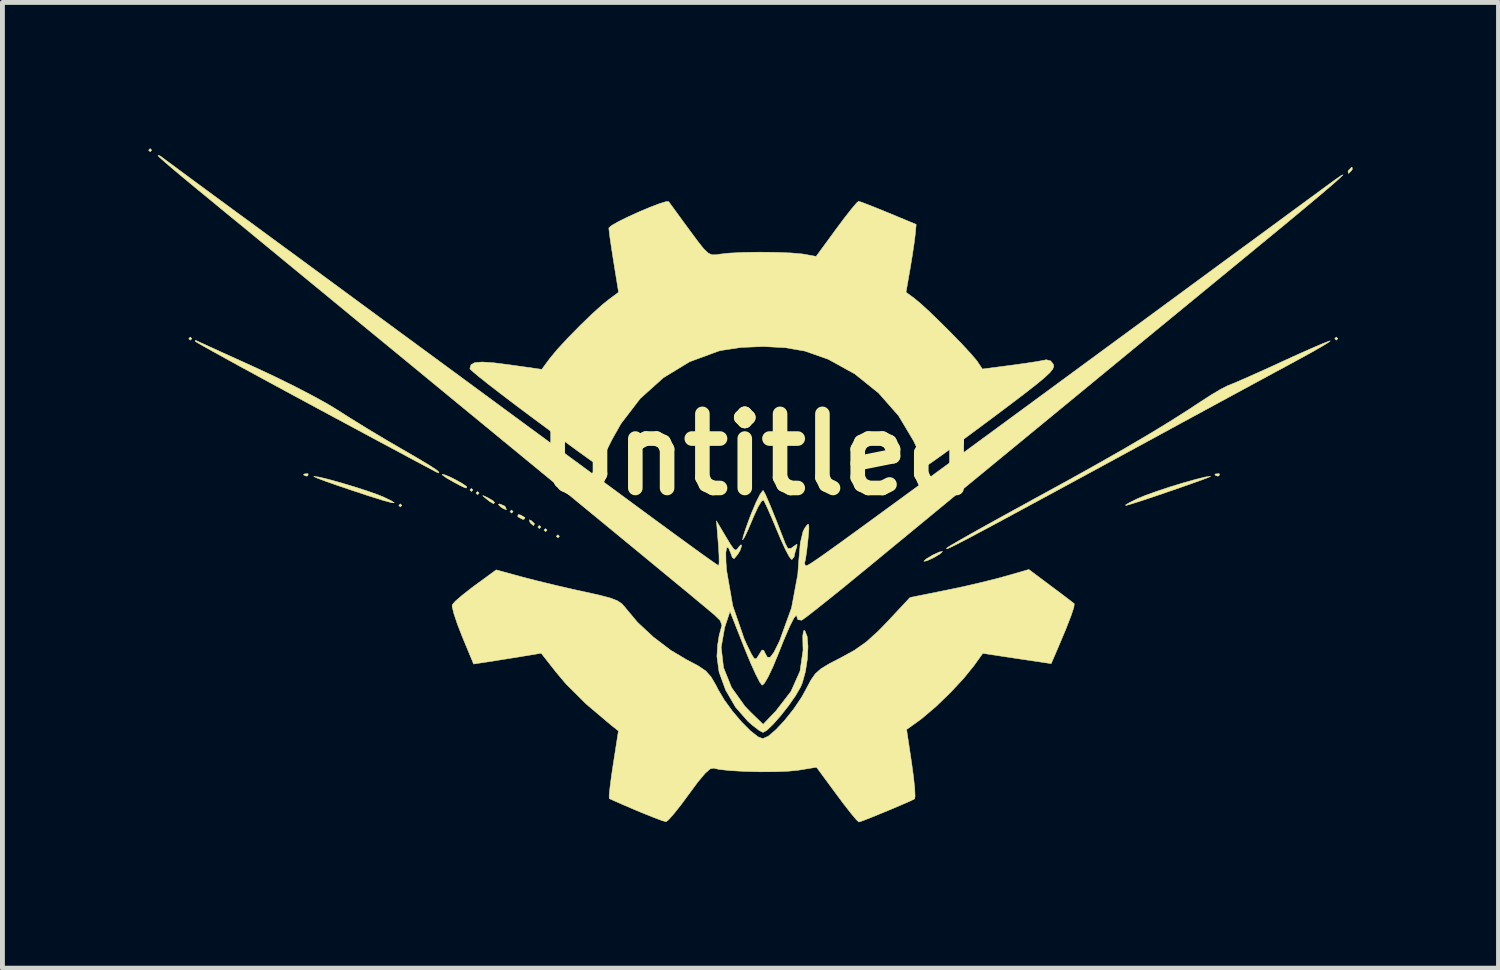
<source format=kicad_pcb>
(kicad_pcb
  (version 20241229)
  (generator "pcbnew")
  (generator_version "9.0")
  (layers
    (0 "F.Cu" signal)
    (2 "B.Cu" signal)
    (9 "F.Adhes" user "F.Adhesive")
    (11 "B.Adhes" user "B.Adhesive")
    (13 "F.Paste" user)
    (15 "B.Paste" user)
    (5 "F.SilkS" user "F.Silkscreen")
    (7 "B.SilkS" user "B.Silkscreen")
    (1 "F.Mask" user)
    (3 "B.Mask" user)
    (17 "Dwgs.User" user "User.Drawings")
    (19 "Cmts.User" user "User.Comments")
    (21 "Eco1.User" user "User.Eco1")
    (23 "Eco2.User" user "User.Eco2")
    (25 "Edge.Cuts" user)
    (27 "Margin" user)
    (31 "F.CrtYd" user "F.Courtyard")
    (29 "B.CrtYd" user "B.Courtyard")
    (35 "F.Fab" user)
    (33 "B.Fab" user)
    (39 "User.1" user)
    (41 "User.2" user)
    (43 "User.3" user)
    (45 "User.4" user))
  (footprint "Untitled"
    (layer "F.Cu")
    (at 12.514 6.292)
    (property "Reference" "Untitled" (at 0 0 0) (layer "F.SilkS") (effects (font (size 1.524 1.524) (thickness 0.3))))
    (attr through_hole)
    (fp_poly (pts (xy -12.446 -6.255) (xy -12.478 -6.223) (xy -12.509 -6.255) (xy -12.478 -6.287) (xy -12.446 -6.255)) (stroke (width 0.01) (type solid)) (fill yes) (layer "F.SilkS"))
    (fp_poly (pts (xy -11.62 -2.381) (xy -11.652 -2.349) (xy -11.684 -2.381) (xy -11.652 -2.413) (xy -11.62 -2.381)) (stroke (width 0.01) (type solid)) (fill yes) (layer "F.SilkS"))
    (fp_poly (pts (xy -7.303 1.048) (xy -7.334 1.079) (xy -7.366 1.048) (xy -7.334 1.016) (xy -7.303 1.048)) (stroke (width 0.01) (type solid)) (fill yes) (layer "F.SilkS"))
    (fp_poly (pts (xy -5.842 0.73) (xy -5.874 0.762) (xy -5.905 0.73) (xy -5.874 0.699) (xy -5.842 0.73)) (stroke (width 0.01) (type solid)) (fill yes) (layer "F.SilkS"))
    (fp_poly (pts (xy -5.715 0.794) (xy -5.747 0.826) (xy -5.779 0.794) (xy -5.747 0.762) (xy -5.715 0.794)) (stroke (width 0.01) (type solid)) (fill yes) (layer "F.SilkS"))
    (fp_poly (pts (xy -5.016 1.175) (xy -5.048 1.206) (xy -5.08 1.175) (xy -5.048 1.143) (xy -5.016 1.175)) (stroke (width 0.01) (type solid)) (fill yes) (layer "F.SilkS"))
    (fp_poly (pts (xy -4.445 1.492) (xy -4.477 1.524) (xy -4.508 1.492) (xy -4.477 1.46) (xy -4.445 1.492)) (stroke (width 0.01) (type solid)) (fill yes) (layer "F.SilkS"))
    (fp_poly (pts (xy -4.318 1.556) (xy -4.35 1.587) (xy -4.381 1.556) (xy -4.35 1.524) (xy -4.318 1.556)) (stroke (width 0.01) (type solid)) (fill yes) (layer "F.SilkS"))
    (fp_poly (pts (xy -4.064 1.683) (xy -4.096 1.714) (xy -4.128 1.683) (xy -4.096 1.651) (xy -4.064 1.683)) (stroke (width 0.01) (type solid)) (fill yes) (layer "F.SilkS"))
    (fp_poly (pts (xy 11.938 -2.381) (xy 11.906 -2.349) (xy 11.874 -2.381) (xy 11.906 -2.413) (xy 11.938 -2.381)) (stroke (width 0.01) (type solid)) (fill yes) (layer "F.SilkS"))
    (fp_poly (pts (xy -9.229 0.402) (xy -9.237 0.44) (xy -9.271 0.445) (xy -9.323 0.421) (xy -9.313 0.402) (xy -9.238 0.395) (xy -9.229 0.402)) (stroke (width 0.01) (type solid)) (fill yes) (layer "F.SilkS"))
    (fp_poly (pts (xy 9.504 0.402) (xy 9.495 0.44) (xy 9.461 0.445) (xy 9.409 0.421) (xy 9.419 0.402) (xy 9.495 0.395) (xy 9.504 0.402)) (stroke (width 0.01) (type solid)) (fill yes) (layer "F.SilkS"))
    (fp_poly (pts (xy -5.189 1.062) (xy -5.175 1.079) (xy -5.153 1.137) (xy -5.213 1.115) (xy -5.271 1.079) (xy -5.319 1.029) (xy -5.29 1.017) (xy -5.189 1.062)) (stroke (width 0.01) (type solid)) (fill yes) (layer "F.SilkS"))
    (fp_poly (pts (xy -4.861 1.246) (xy -4.772 1.297) (xy -4.787 1.33) (xy -4.822 1.333) (xy -4.908 1.287) (xy -4.921 1.271) (xy -4.911 1.235) (xy -4.861 1.246)) (stroke (width 0.01) (type solid)) (fill yes) (layer "F.SilkS"))
    (fp_poly (pts (xy -4.645 1.359) (xy -4.577 1.423) (xy -4.591 1.46) (xy -4.6 1.46) (xy -4.654 1.415) (xy -4.673 1.387) (xy -4.681 1.344) (xy -4.645 1.359)) (stroke (width 0.01) (type solid)) (fill yes) (layer "F.SilkS"))
    (fp_poly (pts (xy -5.619 0.851) (xy -5.54 0.888) (xy -5.432 0.95) (xy -5.397 0.986) (xy -5.417 1.013) (xy -5.494 0.969) (xy -5.56 0.917) (xy -5.642 0.849) (xy -5.619 0.851)) (stroke (width 0.01) (type solid)) (fill yes) (layer "F.SilkS"))
    (fp_poly (pts (xy 12.236 -5.864) (xy 12.224 -5.842) (xy 12.164 -5.781) (xy 12.153 -5.779) (xy 12.148 -5.82) (xy 12.16 -5.842) (xy 12.22 -5.903) (xy 12.231 -5.905) (xy 12.236 -5.864)) (stroke (width 0.01) (type solid)) (fill yes) (layer "F.SilkS"))
    (fp_poly (pts (xy 3.81 1.997) (xy 3.76 2.044) (xy 3.637 2.118) (xy 3.619 2.127) (xy 3.492 2.185) (xy 3.43 2.197) (xy 3.429 2.194) (xy 3.479 2.147) (xy 3.602 2.073) (xy 3.619 2.064) (xy 3.747 2.006) (xy 3.809 1.994) (xy 3.81 1.997)) (stroke (width 0.01) (type solid)) (fill yes) (layer "F.SilkS"))
    (fp_poly (pts (xy -6.427 0.417) (xy -6.3 0.47) (xy -6.223 0.508) (xy -6.071 0.592) (xy -5.98 0.654) (xy -5.969 0.668) (xy -5.974 0.69) (xy -6.009 0.684) (xy -6.103 0.639) (xy -6.239 0.567) (xy -6.385 0.483) (xy -6.469 0.422) (xy -6.477 0.41) (xy -6.427 0.417)) (stroke (width 0.01) (type solid)) (fill yes) (layer "F.SilkS"))
    (fp_poly (pts (xy -9.003 0.466) (xy -8.807 0.513) (xy -8.555 0.583) (xy -8.282 0.665) (xy -8.018 0.75) (xy -7.797 0.828) (xy -7.679 0.876) (xy -7.513 0.957) (xy -7.459 0.995) (xy -7.519 0.99) (xy -7.693 0.943) (xy -7.983 0.852) (xy -8.35 0.731) (xy -8.644 0.631) (xy -8.882 0.547) (xy -9.045 0.485) (xy -9.114 0.453) (xy -9.112 0.451) (xy -9.003 0.466)) (stroke (width 0.01) (type solid)) (fill yes) (layer "F.SilkS"))
    (fp_poly (pts (xy 9.283 0.47) (xy 9.147 0.521) (xy 8.939 0.596) (xy 8.686 0.685) (xy 8.41 0.78) (xy 8.138 0.873) (xy 7.894 0.954) (xy 7.702 1.015) (xy 7.588 1.048) (xy 7.572 1.04) (xy 7.654 0.991) (xy 7.811 0.913) (xy 7.985 0.841) (xy 8.225 0.755) (xy 8.499 0.664) (xy 8.778 0.579) (xy 9.029 0.509) (xy 9.222 0.462) (xy 9.323 0.449) (xy 9.283 0.47)) (stroke (width 0.01) (type solid)) (fill yes) (layer "F.SilkS"))
    (fp_poly (pts (xy 0.176 0.833) (xy 0.263 1.035) (xy 0.389 1.344) (xy 0.549 1.754) (xy 0.579 1.833) (xy 0.633 1.934) (xy 0.7 1.928) (xy 0.743 1.896) (xy 0.819 1.844) (xy 0.819 1.887) (xy 0.806 1.926) (xy 0.769 2.052) (xy 0.762 2.101) (xy 0.717 2.158) (xy 0.708 2.159) (xy 0.662 2.104) (xy 0.583 1.956) (xy 0.484 1.739) (xy 0.413 1.572) (xy 0.307 1.318) (xy 0.215 1.108) (xy 0.15 0.971) (xy 0.129 0.935) (xy 0.087 0.965) (xy 0.014 1.089) (xy -0.074 1.282) (xy -0.095 1.332) (xy -0.183 1.541) (xy -0.254 1.691) (xy -0.294 1.755) (xy -0.298 1.755) (xy -0.287 1.69) (xy -0.237 1.535) (xy -0.159 1.319) (xy -0.118 1.213) (xy -0.024 0.989) (xy 0.058 0.825) (xy 0.114 0.746) (xy 0.128 0.744) (xy 0.176 0.833)) (stroke (width 0.01) (type solid)) (fill yes) (layer "F.SilkS"))
    (fp_poly (pts (xy -11.525 -2.338) (xy -11.45 -2.303) (xy -11.278 -2.224) (xy -11.027 -2.11) (xy -10.717 -1.969) (xy -10.366 -1.81) (xy -10.308 -1.784) (xy -9.909 -1.597) (xy -9.509 -1.4) (xy -9.139 -1.208) (xy -8.828 -1.036) (xy -8.625 -0.913) (xy -8.359 -0.743) (xy -8.025 -0.537) (xy -7.665 -0.321) (xy -7.321 -0.12) (xy -7.318 -0.119) (xy -6.977 0.079) (xy -6.74 0.221) (xy -6.596 0.315) (xy -6.538 0.366) (xy -6.556 0.38) (xy -6.556 0.38) (xy -6.614 0.351) (xy -6.772 0.267) (xy -7.019 0.136) (xy -7.343 -0.038) (xy -7.734 -0.247) (xy -8.18 -0.487) (xy -8.67 -0.75) (xy -9.038 -0.948) (xy -9.553 -1.226) (xy -10.034 -1.486) (xy -10.468 -1.722) (xy -10.845 -1.928) (xy -11.152 -2.098) (xy -11.379 -2.224) (xy -11.513 -2.301) (xy -11.546 -2.323) (xy -11.547 -2.347) (xy -11.525 -2.338)) (stroke (width 0.01) (type solid)) (fill yes) (layer "F.SilkS"))
    (fp_poly (pts (xy 11.738 -2.299) (xy 11.599 -2.215) (xy 11.386 -2.093) (xy 11.116 -1.945) (xy 10.966 -1.863) (xy 10.663 -1.7) (xy 10.277 -1.491) (xy 9.838 -1.253) (xy 9.373 -1.001) (xy 8.913 -0.751) (xy 8.7 -0.636) (xy 7.846 -0.171) (xy 7.097 0.236) (xy 6.446 0.589) (xy 5.887 0.892) (xy 5.413 1.148) (xy 5.018 1.362) (xy 4.695 1.535) (xy 4.437 1.673) (xy 4.238 1.777) (xy 4.091 1.853) (xy 3.989 1.903) (xy 3.927 1.931) (xy 3.897 1.94) (xy 3.893 1.935) (xy 3.905 1.92) (xy 3.975 1.874) (xy 4.142 1.777) (xy 4.393 1.634) (xy 4.713 1.455) (xy 5.088 1.248) (xy 5.504 1.02) (xy 5.683 0.921) (xy 6.407 0.525) (xy 7.031 0.177) (xy 7.573 -0.132) (xy 8.046 -0.41) (xy 8.466 -0.665) (xy 8.848 -0.907) (xy 9.112 -1.081) (xy 9.336 -1.225) (xy 9.535 -1.343) (xy 9.675 -1.415) (xy 9.698 -1.423) (xy 9.801 -1.464) (xy 9.997 -1.549) (xy 10.263 -1.667) (xy 10.576 -1.808) (xy 10.801 -1.912) (xy 11.121 -2.058) (xy 11.398 -2.181) (xy 11.614 -2.273) (xy 11.748 -2.326) (xy 11.783 -2.335) (xy 11.738 -2.299)) (stroke (width 0.01) (type solid)) (fill yes) (layer "F.SilkS"))
    (fp_poly (pts (xy 2.159 -5.181) (xy 2.321 -5.119) (xy 2.546 -5.029) (xy 2.699 -4.966) (xy 3.27 -4.729) (xy 3.249 -4.508) (xy 3.227 -4.334) (xy 3.19 -4.087) (xy 3.146 -3.82) (xy 3.144 -3.81) (xy 3.061 -3.334) (xy 3.229 -3.211) (xy 3.361 -3.102) (xy 3.55 -2.928) (xy 3.772 -2.713) (xy 4.004 -2.481) (xy 4.221 -2.258) (xy 4.398 -2.066) (xy 4.513 -1.931) (xy 4.528 -1.91) (xy 4.631 -1.756) (xy 5.246 -1.836) (xy 5.519 -1.874) (xy 5.748 -1.909) (xy 5.901 -1.937) (xy 5.942 -1.947) (xy 6.032 -1.924) (xy 6.088 -1.857) (xy 6.099 -1.813) (xy 6.079 -1.758) (xy 6.019 -1.683) (xy 5.907 -1.578) (xy 5.733 -1.434) (xy 5.487 -1.242) (xy 5.157 -0.992) (xy 4.816 -0.736) (xy 4.459 -0.471) (xy 4.137 -0.233) (xy 3.863 -0.033) (xy 3.65 0.119) (xy 3.513 0.214) (xy 3.465 0.242) (xy 3.434 0.18) (xy 3.362 0.029) (xy 3.263 -0.181) (xy 3.218 -0.276) (xy 2.907 -0.797) (xy 2.497 -1.262) (xy 2.008 -1.655) (xy 1.463 -1.956) (xy 0.982 -2.125) (xy 0.584 -2.194) (xy 0.125 -2.219) (xy -0.337 -2.199) (xy -0.745 -2.137) (xy -0.791 -2.125) (xy -1.386 -1.906) (xy -1.927 -1.577) (xy -2.402 -1.15) (xy -2.798 -0.634) (xy -2.979 -0.314) (xy -3.095 -0.082) (xy -3.189 0.102) (xy -3.247 0.212) (xy -3.258 0.231) (xy -3.31 0.199) (xy -3.451 0.1) (xy -3.666 -0.055) (xy -3.942 -0.257) (xy -4.266 -0.495) (xy -4.588 -0.733) (xy -4.944 -0.999) (xy -5.262 -1.241) (xy -5.532 -1.449) (xy -5.737 -1.613) (xy -5.866 -1.722) (xy -5.905 -1.764) (xy -5.883 -1.842) (xy -5.803 -1.888) (xy -5.649 -1.9) (xy -5.403 -1.883) (xy -5.104 -1.845) (xy -4.427 -1.749) (xy -4.264 -1.97) (xy -4.112 -2.154) (xy -3.895 -2.389) (xy -3.646 -2.643) (xy -3.396 -2.885) (xy -3.175 -3.084) (xy -3.059 -3.177) (xy -2.848 -3.334) (xy -2.948 -3.952) (xy -2.991 -4.225) (xy -3.025 -4.456) (xy -3.044 -4.612) (xy -3.048 -4.656) (xy -2.994 -4.705) (xy -2.853 -4.786) (xy -2.653 -4.884) (xy -2.425 -4.988) (xy -2.198 -5.083) (xy -2.001 -5.158) (xy -1.865 -5.199) (xy -1.818 -5.198) (xy -1.777 -5.141) (xy -1.676 -5.003) (xy -1.533 -4.806) (xy -1.4 -4.625) (xy -1.221 -4.383) (xy -1.097 -4.226) (xy -1.005 -4.139) (xy -0.927 -4.104) (xy -0.84 -4.105) (xy -0.769 -4.117) (xy -0.568 -4.139) (xy -0.281 -4.153) (xy 0.052 -4.158) (xy 0.392 -4.154) (xy 0.697 -4.142) (xy 0.927 -4.122) (xy 0.972 -4.115) (xy 1.213 -4.071) (xy 1.629 -4.639) (xy 1.799 -4.867) (xy 1.944 -5.051) (xy 2.045 -5.17) (xy 2.086 -5.205) (xy 2.159 -5.181)) (stroke (width 0.01) (type solid)) (fill yes) (layer "F.SilkS"))
    (fp_poly (pts (xy 6.04 2.705) (xy 6.245 2.858) (xy 6.408 2.982) (xy 6.505 3.057) (xy 6.52 3.07) (xy 6.511 3.144) (xy 6.452 3.321) (xy 6.346 3.593) (xy 6.197 3.948) (xy 6.171 4.008) (xy 6.045 4.3) (xy 5.342 4.195) (xy 4.639 4.089) (xy 4.454 4.347) (xy 4.243 4.607) (xy 3.97 4.899) (xy 3.676 5.183) (xy 3.402 5.416) (xy 3.331 5.47) (xy 3.073 5.655) (xy 3.178 6.354) (xy 3.216 6.636) (xy 3.24 6.869) (xy 3.247 7.027) (xy 3.237 7.081) (xy 3.152 7.123) (xy 2.986 7.195) (xy 2.774 7.286) (xy 2.546 7.38) (xy 2.336 7.466) (xy 2.174 7.529) (xy 2.093 7.556) (xy 2.091 7.556) (xy 2.039 7.508) (xy 1.93 7.378) (xy 1.781 7.187) (xy 1.636 6.993) (xy 1.221 6.43) (xy 0.849 6.491) (xy 0.639 6.512) (xy 0.361 6.523) (xy 0.046 6.524) (xy -0.271 6.515) (xy -0.557 6.499) (xy -0.779 6.475) (xy -0.893 6.449) (xy -0.963 6.462) (xy -1.069 6.555) (xy -1.221 6.737) (xy -1.401 6.981) (xy -1.571 7.211) (xy -1.719 7.396) (xy -1.826 7.516) (xy -1.873 7.55) (xy -1.957 7.526) (xy -2.127 7.462) (xy -2.354 7.371) (xy -2.477 7.32) (xy -2.715 7.218) (xy -2.906 7.135) (xy -3.02 7.083) (xy -3.04 7.073) (xy -3.041 7.006) (xy -3.024 6.84) (xy -2.993 6.602) (xy -2.958 6.368) (xy -2.851 5.683) (xy -2.997 5.568) (xy -3.514 5.131) (xy -3.926 4.721) (xy -4.13 4.479) (xy -4.439 4.086) (xy -4.902 4.163) (xy -5.169 4.206) (xy -5.42 4.246) (xy -5.597 4.273) (xy -5.828 4.308) (xy -6.064 3.74) (xy -6.162 3.487) (xy -6.233 3.274) (xy -6.268 3.131) (xy -6.268 3.091) (xy -6.205 3.018) (xy -6.064 2.896) (xy -5.872 2.745) (xy -5.8 2.692) (xy -5.364 2.373) (xy -4.825 2.52) (xy -4.527 2.597) (xy -4.16 2.686) (xy -3.78 2.774) (xy -3.558 2.822) (xy -3.239 2.893) (xy -3.019 2.951) (xy -2.875 3.006) (xy -2.781 3.068) (xy -2.712 3.147) (xy -2.706 3.155) (xy -2.458 3.451) (xy -2.133 3.754) (xy -1.775 4.026) (xy -1.447 4.221) (xy -1.211 4.345) (xy -1.057 4.45) (xy -0.947 4.572) (xy -0.848 4.742) (xy -0.805 4.828) (xy -0.675 5.047) (xy -0.506 5.279) (xy -0.319 5.499) (xy -0.136 5.683) (xy 0.02 5.805) (xy 0.116 5.842) (xy 0.23 5.792) (xy 0.388 5.657) (xy 0.569 5.463) (xy 0.752 5.233) (xy 0.914 4.993) (xy 1.001 4.836) (xy 1.103 4.643) (xy 1.197 4.508) (xy 1.316 4.403) (xy 1.49 4.298) (xy 1.707 4.187) (xy 2 4.026) (xy 2.247 3.852) (xy 2.493 3.629) (xy 2.68 3.436) (xy 3.143 2.941) (xy 3.873 2.794) (xy 4.227 2.72) (xy 4.594 2.635) (xy 4.923 2.553) (xy 5.095 2.506) (xy 5.586 2.365) (xy 6.04 2.705)) (stroke (width 0.01) (type solid)) (fill yes) (layer "F.SilkS"))
    (fp_poly (pts (xy -12.279 -6.14) (xy -12.24 -6.113) (xy -12.171 -6.061) (xy -12.012 -5.944) (xy -11.777 -5.77) (xy -11.477 -5.549) (xy -11.126 -5.291) (xy -10.736 -5.004) (xy -10.477 -4.815) (xy -10.004 -4.467) (xy -9.442 -4.055) (xy -8.808 -3.589) (xy -8.116 -3.08) (xy -7.38 -2.539) (xy -6.616 -1.978) (xy -5.838 -1.406) (xy -5.061 -0.834) (xy -4.299 -0.274) (xy -3.568 0.263) (xy -2.882 0.768) (xy -2.256 1.229) (xy -2.14 1.314) (xy -1.783 1.576) (xy -1.46 1.811) (xy -1.186 2.01) (xy -0.973 2.162) (xy -0.837 2.257) (xy -0.79 2.286) (xy -0.781 2.228) (xy -0.783 2.075) (xy -0.796 1.858) (xy -0.799 1.826) (xy -0.836 1.365) (xy -0.667 1.651) (xy -0.551 1.844) (xy -0.48 1.944) (xy -0.435 1.968) (xy -0.398 1.933) (xy -0.379 1.903) (xy -0.33 1.855) (xy -0.318 1.877) (xy -0.352 1.978) (xy -0.405 2.063) (xy -0.474 2.144) (xy -0.512 2.114) (xy -0.536 2.044) (xy -0.588 1.92) (xy -0.624 1.912) (xy -0.643 2.013) (xy -0.64 2.211) (xy -0.628 2.378) (xy -0.501 3.11) (xy -0.264 3.796) (xy -0.209 3.917) (xy -0.116 4.106) (xy -0.059 4.196) (xy -0.017 4.201) (xy 0.028 4.136) (xy 0.038 4.118) (xy 0.099 4.02) (xy 0.138 4.029) (xy 0.161 4.08) (xy 0.212 4.17) (xy 0.271 4.168) (xy 0.348 4.064) (xy 0.453 3.851) (xy 0.465 3.825) (xy 0.708 3.153) (xy 0.836 2.467) (xy 0.857 2.176) (xy 0.888 1.818) (xy 0.945 1.581) (xy 0.982 1.509) (xy 1.035 1.441) (xy 1.062 1.441) (xy 1.065 1.527) (xy 1.049 1.717) (xy 1.043 1.778) (xy 1.018 1.997) (xy 0.993 2.164) (xy 0.974 2.238) (xy 0.992 2.284) (xy 1.011 2.286) (xy 1.026 2.283) (xy 1.051 2.271) (xy 1.094 2.246) (xy 1.157 2.205) (xy 1.248 2.143) (xy 1.37 2.058) (xy 1.529 1.944) (xy 1.73 1.8) (xy 1.979 1.619) (xy 2.28 1.4) (xy 2.639 1.138) (xy 3.062 0.829) (xy 3.552 0.47) (xy 4.115 0.057) (xy 4.757 -0.414) (xy 5.483 -0.947) (xy 6.298 -1.546) (xy 7.207 -2.214) (xy 7.779 -2.634) (xy 8.405 -3.094) (xy 9.006 -3.536) (xy 9.572 -3.952) (xy 10.097 -4.337) (xy 10.57 -4.684) (xy 10.983 -4.988) (xy 11.329 -5.242) (xy 11.598 -5.439) (xy 11.782 -5.574) (xy 11.873 -5.64) (xy 11.874 -5.641) (xy 12.008 -5.734) (xy 12.045 -5.749) (xy 11.984 -5.687) (xy 11.828 -5.548) (xy 11.577 -5.334) (xy 11.233 -5.046) (xy 10.798 -4.685) (xy 10.271 -4.252) (xy 10.223 -4.212) (xy 9.572 -3.677) (xy 8.867 -3.098) (xy 8.123 -2.487) (xy 7.356 -1.857) (xy 6.581 -1.219) (xy 5.811 -0.586) (xy 5.062 0.03) (xy 4.348 0.617) (xy 3.685 1.163) (xy 3.087 1.656) (xy 2.568 2.083) (xy 2.455 2.177) (xy 2.084 2.481) (xy 1.743 2.76) (xy 1.443 3.001) (xy 1.198 3.196) (xy 1.022 3.333) (xy 0.926 3.402) (xy 0.915 3.408) (xy 0.837 3.396) (xy 0.826 3.36) (xy 0.808 3.303) (xy 0.755 3.364) (xy 0.666 3.542) (xy 0.539 3.838) (xy 0.442 4.083) (xy 0.327 4.361) (xy 0.225 4.577) (xy 0.145 4.71) (xy 0.103 4.744) (xy 0.054 4.679) (xy -0.029 4.518) (xy -0.134 4.286) (xy -0.25 4.004) (xy -0.263 3.973) (xy -0.557 3.226) (xy -0.667 3.557) (xy -0.739 3.967) (xy -0.69 4.383) (xy -0.526 4.791) (xy -0.252 5.175) (xy -0.134 5.298) (xy 0.124 5.548) (xy 0.389 5.27) (xy 0.696 4.872) (xy 0.882 4.455) (xy 0.945 4.023) (xy 0.942 3.938) (xy 0.938 3.731) (xy 0.955 3.626) (xy 0.98 3.621) (xy 1.029 3.743) (xy 1.046 3.95) (xy 1.033 4.203) (xy 0.993 4.465) (xy 0.928 4.699) (xy 0.894 4.78) (xy 0.791 4.958) (xy 0.648 5.163) (xy 0.487 5.368) (xy 0.33 5.546) (xy 0.2 5.671) (xy 0.121 5.715) (xy 0.045 5.676) (xy -0.088 5.574) (xy -0.188 5.487) (xy -0.443 5.196) (xy -0.647 4.844) (xy -0.782 4.473) (xy -0.826 4.153) (xy -0.812 3.922) (xy -0.779 3.714) (xy -0.758 3.64) (xy -0.724 3.511) (xy -0.759 3.414) (xy -0.873 3.302) (xy -0.937 3.248) (xy -1.043 3.159) (xy -1.196 3.032) (xy -1.401 2.861) (xy -1.665 2.644) (xy -1.991 2.375) (xy -2.386 2.049) (xy -2.854 1.664) (xy -3.401 1.214) (xy -4.033 0.695) (xy -4.754 0.102) (xy -5.271 -0.323) (xy -5.665 -0.647) (xy -6.135 -1.033) (xy -6.656 -1.462) (xy -7.205 -1.914) (xy -7.76 -2.37) (xy -8.296 -2.81) (xy -8.668 -3.117) (xy -9.14 -3.505) (xy -9.617 -3.897) (xy -10.082 -4.28) (xy -10.517 -4.638) (xy -10.907 -4.957) (xy -11.232 -5.225) (xy -11.477 -5.426) (xy -11.478 -5.426) (xy -11.753 -5.654) (xy -11.991 -5.853) (xy -12.175 -6.011) (xy -12.289 -6.113) (xy -12.319 -6.146) (xy -12.279 -6.14)) (stroke (width 0.01) (type solid)) (fill yes) (layer "F.SilkS")))
  (gr_rect
    (start -3 -3)
    (end 27.755 16.853)
    (stroke (width 0.1) (type default))
    (fill no)
    (layer "Edge.Cuts")))
</source>
